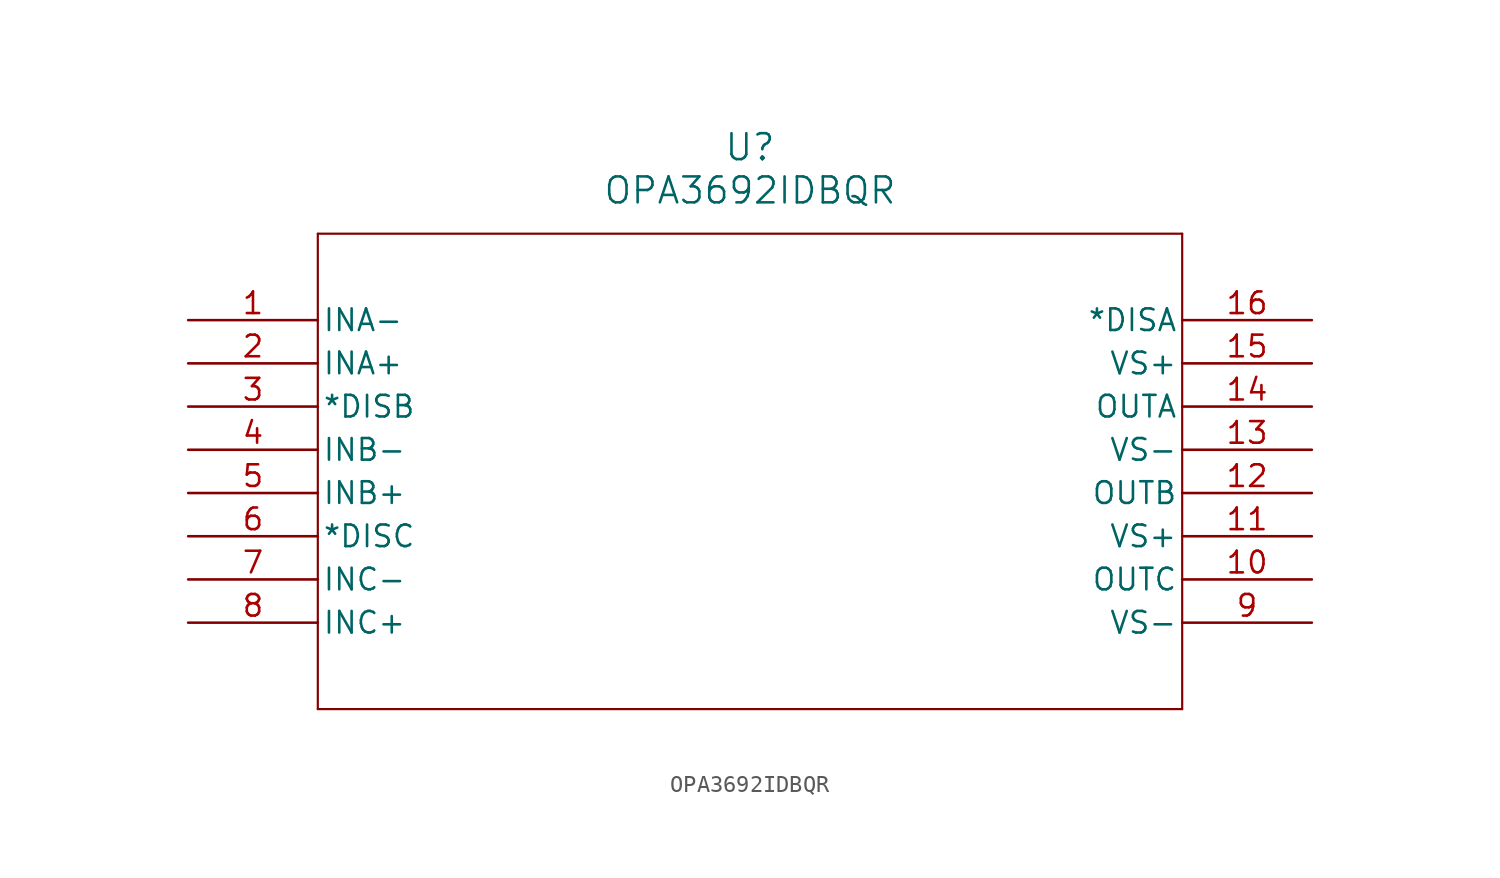
<source format=kicad_sym>
(kicad_symbol_lib
  (version 20211014)
  (generator kicad_symbol_editor)
  (symbol "OPA3692IDBQR"
    (pin_names
      (offset 0.254))
    (property "Reference" "U"
      (at 33.02 10.16 0)
      (effects (font (size 1.524 1.524))))
    (property "Value" "OPA3692IDBQR"
      (at 33.02 7.62 0)
      (effects (font (size 1.524 1.524))))
    (symbol "OPA3692IDBQR_0_1"
      (polyline (pts (xy 7.62 5.08) (xy 7.62 -22.86)) (stroke (width 0.127) (type default) (color 0 0 0 0)) (fill (type none)))
      (polyline (pts (xy 7.62 -22.86) (xy 58.42 -22.86)) (stroke (width 0.127) (type default) (color 0 0 0 0)) (fill (type none)))
      (polyline (pts (xy 58.42 -22.86) (xy 58.42 5.08)) (stroke (width 0.127) (type default) (color 0 0 0 0)) (fill (type none)))
      (polyline (pts (xy 58.42 5.08) (xy 7.62 5.08)) (stroke (width 0.127) (type default) (color 0 0 0 0)) (fill (type none)))
      (pin input line (at 0 0 0) (length 7.62) (name "INA-" (effects (font (size 1.27 1.27)))) (number "1" (effects (font (size 1.27 1.27)))))
      (pin input line (at 0 -2.54 0) (length 7.62) (name "INA+" (effects (font (size 1.27 1.27)))) (number "2" (effects (font (size 1.27 1.27)))))
      (pin unspecified line (at 0 -5.08 0) (length 7.62) (name "*DISB" (effects (font (size 1.27 1.27)))) (number "3" (effects (font (size 1.27 1.27)))))
      (pin input line (at 0 -7.62 0) (length 7.62) (name "INB-" (effects (font (size 1.27 1.27)))) (number "4" (effects (font (size 1.27 1.27)))))
      (pin input line (at 0 -10.16 0) (length 7.62) (name "INB+" (effects (font (size 1.27 1.27)))) (number "5" (effects (font (size 1.27 1.27)))))
      (pin unspecified line (at 0 -12.7 0) (length 7.62) (name "*DISC" (effects (font (size 1.27 1.27)))) (number "6" (effects (font (size 1.27 1.27)))))
      (pin input line (at 0 -15.24 0) (length 7.62) (name "INC-" (effects (font (size 1.27 1.27)))) (number "7" (effects (font (size 1.27 1.27)))))
      (pin input line (at 0 -17.78 0) (length 7.62) (name "INC+" (effects (font (size 1.27 1.27)))) (number "8" (effects (font (size 1.27 1.27)))))
      (pin power_in line (at 66.04 -17.78 180) (length 7.62) (name "VS-" (effects (font (size 1.27 1.27)))) (number "9" (effects (font (size 1.27 1.27)))))
      (pin output line (at 66.04 -15.24 180) (length 7.62) (name "OUTC" (effects (font (size 1.27 1.27)))) (number "10" (effects (font (size 1.27 1.27)))))
      (pin power_in line (at 66.04 -12.7 180) (length 7.62) (name "VS+" (effects (font (size 1.27 1.27)))) (number "11" (effects (font (size 1.27 1.27)))))
      (pin output line (at 66.04 -10.16 180) (length 7.62) (name "OUTB" (effects (font (size 1.27 1.27)))) (number "12" (effects (font (size 1.27 1.27)))))
      (pin power_in line (at 66.04 -7.62 180) (length 7.62) (name "VS-" (effects (font (size 1.27 1.27)))) (number "13" (effects (font (size 1.27 1.27)))))
      (pin output line (at 66.04 -5.08 180) (length 7.62) (name "OUTA" (effects (font (size 1.27 1.27)))) (number "14" (effects (font (size 1.27 1.27)))))
      (pin power_in line (at 66.04 -2.54 180) (length 7.62) (name "VS+" (effects (font (size 1.27 1.27)))) (number "15" (effects (font (size 1.27 1.27)))))
      (pin unspecified line (at 66.04 0 180) (length 7.62) (name "*DISA" (effects (font (size 1.27 1.27)))) (number "16" (effects (font (size 1.27 1.27))))))))
</source>
